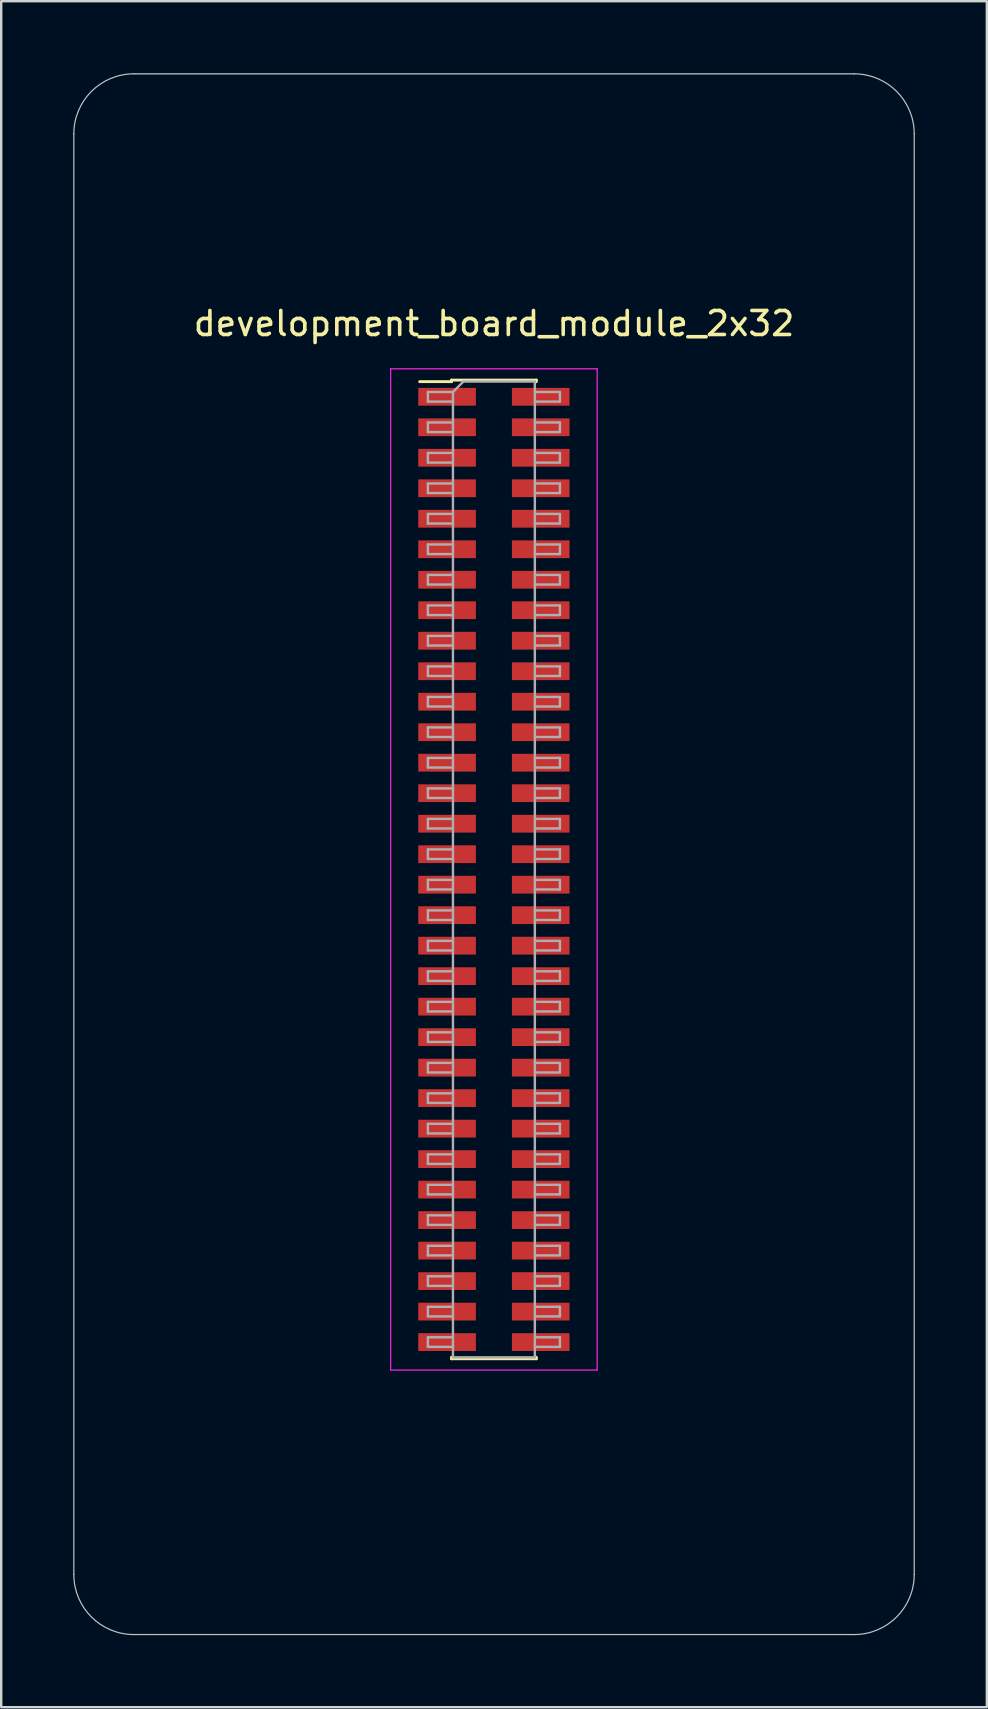
<source format=kicad_pcb>
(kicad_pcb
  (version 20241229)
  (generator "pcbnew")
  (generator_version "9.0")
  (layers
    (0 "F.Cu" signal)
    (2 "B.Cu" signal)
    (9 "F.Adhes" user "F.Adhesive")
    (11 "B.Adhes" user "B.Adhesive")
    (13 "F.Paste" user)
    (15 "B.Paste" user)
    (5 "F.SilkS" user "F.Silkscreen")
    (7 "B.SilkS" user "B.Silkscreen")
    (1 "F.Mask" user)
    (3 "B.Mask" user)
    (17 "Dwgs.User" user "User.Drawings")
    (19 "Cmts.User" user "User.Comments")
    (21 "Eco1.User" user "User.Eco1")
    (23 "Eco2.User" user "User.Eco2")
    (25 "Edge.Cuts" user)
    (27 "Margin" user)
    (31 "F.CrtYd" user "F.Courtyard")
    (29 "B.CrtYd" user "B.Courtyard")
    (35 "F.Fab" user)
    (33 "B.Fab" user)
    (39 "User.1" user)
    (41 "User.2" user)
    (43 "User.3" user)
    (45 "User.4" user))
  (footprint "development_board_module_2x32"
    (layer "F.Cu")
    (at 17.525 32.525)
    (property "Reference" "development_board_module_2x32" (at 0 -22.1 0) (layer "F.SilkS") (effects (font (size 1 1) (thickness 0.15))))
    (attr smd)
    (fp_line (start -3.095 -19.68) (end -1.77 -19.68) (stroke (width 0.12) (type solid)) (layer "F.SilkS"))
    (fp_line (start -1.77 -19.745) (end -1.77 -19.68) (stroke (width 0.12) (type solid)) (layer "F.SilkS"))
    (fp_line (start -1.77 -19.745) (end 1.76 -19.745) (stroke (width 0.12) (type solid)) (layer "F.SilkS"))
    (fp_line (start -1.77 20.95) (end -1.77 21.015) (stroke (width 0.12) (type solid)) (layer "F.SilkS"))
    (fp_line (start -1.77 21.015) (end 1.76 21.015) (stroke (width 0.12) (type solid)) (layer "F.SilkS"))
    (fp_line (start 1.76 -19.745) (end 1.76 -19.68) (stroke (width 0.12) (type solid)) (layer "F.SilkS"))
    (fp_line (start 1.76 20.95) (end 1.76 21.015) (stroke (width 0.12) (type solid)) (layer "F.SilkS"))
    (fp_line (start -17.5 30) (end -17.5 -30) (stroke (width 0.05) (type default)) (layer "Dwgs.User"))
    (fp_line (start -15 -32.5) (end 15 -32.5) (stroke (width 0.05) (type default)) (layer "Dwgs.User"))
    (fp_line (start 15 32.5) (end -15 32.5) (stroke (width 0.05) (type default)) (layer "Dwgs.User"))
    (fp_line (start 17.5 -30) (end 17.5 30) (stroke (width 0.05) (type default)) (layer "Dwgs.User"))
    (fp_arc (start -17.5 -30) (mid -16.767767 -31.767767) (end -15 -32.5) (stroke (width 0.05) (type default)) (layer "Dwgs.User"))
    (fp_arc (start -15 32.5) (mid -16.767767 31.767767) (end -17.5 30) (stroke (width 0.05) (type default)) (layer "Dwgs.User"))
    (fp_arc (start 15 -32.5) (mid 16.767767 -31.767767) (end 17.5 -30) (stroke (width 0.05) (type default)) (layer "Dwgs.User"))
    (fp_arc (start 17.5 30) (mid 16.767767 31.767767) (end 15 32.5) (stroke (width 0.05) (type default)) (layer "Dwgs.User"))
    (fp_line (start -4.305 -20.215) (end -4.305 21.485) (stroke (width 0.05) (type solid)) (layer "F.CrtYd"))
    (fp_line (start -4.305 21.485) (end 4.295 21.485) (stroke (width 0.05) (type solid)) (layer "F.CrtYd"))
    (fp_line (start 4.295 -20.215) (end -4.305 -20.215) (stroke (width 0.05) (type solid)) (layer "F.CrtYd"))
    (fp_line (start 4.295 21.485) (end 4.295 -20.215) (stroke (width 0.05) (type solid)) (layer "F.CrtYd"))
    (fp_line (start -2.755 -19.25) (end -2.755 -18.85) (stroke (width 0.1) (type solid)) (layer "F.Fab"))
    (fp_line (start -2.755 -18.85) (end -1.71 -18.85) (stroke (width 0.1) (type solid)) (layer "F.Fab"))
    (fp_line (start -2.755 -17.98) (end -2.755 -17.58) (stroke (width 0.1) (type solid)) (layer "F.Fab"))
    (fp_line (start -2.755 -17.58) (end -1.71 -17.58) (stroke (width 0.1) (type solid)) (layer "F.Fab"))
    (fp_line (start -2.755 -16.71) (end -2.755 -16.31) (stroke (width 0.1) (type solid)) (layer "F.Fab"))
    (fp_line (start -2.755 -16.31) (end -1.71 -16.31) (stroke (width 0.1) (type solid)) (layer "F.Fab"))
    (fp_line (start -2.755 -15.44) (end -2.755 -15.04) (stroke (width 0.1) (type solid)) (layer "F.Fab"))
    (fp_line (start -2.755 -15.04) (end -1.71 -15.04) (stroke (width 0.1) (type solid)) (layer "F.Fab"))
    (fp_line (start -2.755 -14.17) (end -2.755 -13.77) (stroke (width 0.1) (type solid)) (layer "F.Fab"))
    (fp_line (start -2.755 -13.77) (end -1.71 -13.77) (stroke (width 0.1) (type solid)) (layer "F.Fab"))
    (fp_line (start -2.755 -12.9) (end -2.755 -12.5) (stroke (width 0.1) (type solid)) (layer "F.Fab"))
    (fp_line (start -2.755 -12.5) (end -1.71 -12.5) (stroke (width 0.1) (type solid)) (layer "F.Fab"))
    (fp_line (start -2.755 -11.63) (end -2.755 -11.23) (stroke (width 0.1) (type solid)) (layer "F.Fab"))
    (fp_line (start -2.755 -11.23) (end -1.71 -11.23) (stroke (width 0.1) (type solid)) (layer "F.Fab"))
    (fp_line (start -2.755 -10.36) (end -2.755 -9.96) (stroke (width 0.1) (type solid)) (layer "F.Fab"))
    (fp_line (start -2.755 -9.96) (end -1.71 -9.96) (stroke (width 0.1) (type solid)) (layer "F.Fab"))
    (fp_line (start -2.755 -9.09) (end -2.755 -8.69) (stroke (width 0.1) (type solid)) (layer "F.Fab"))
    (fp_line (start -2.755 -8.69) (end -1.71 -8.69) (stroke (width 0.1) (type solid)) (layer "F.Fab"))
    (fp_line (start -2.755 -7.82) (end -2.755 -7.42) (stroke (width 0.1) (type solid)) (layer "F.Fab"))
    (fp_line (start -2.755 -7.42) (end -1.71 -7.42) (stroke (width 0.1) (type solid)) (layer "F.Fab"))
    (fp_line (start -2.755 -6.55) (end -2.755 -6.15) (stroke (width 0.1) (type solid)) (layer "F.Fab"))
    (fp_line (start -2.755 -6.15) (end -1.71 -6.15) (stroke (width 0.1) (type solid)) (layer "F.Fab"))
    (fp_line (start -2.755 -5.28) (end -2.755 -4.88) (stroke (width 0.1) (type solid)) (layer "F.Fab"))
    (fp_line (start -2.755 -4.88) (end -1.71 -4.88) (stroke (width 0.1) (type solid)) (layer "F.Fab"))
    (fp_line (start -2.755 -4.01) (end -2.755 -3.61) (stroke (width 0.1) (type solid)) (layer "F.Fab"))
    (fp_line (start -2.755 -3.61) (end -1.71 -3.61) (stroke (width 0.1) (type solid)) (layer "F.Fab"))
    (fp_line (start -2.755 -2.74) (end -2.755 -2.34) (stroke (width 0.1) (type solid)) (layer "F.Fab"))
    (fp_line (start -2.755 -2.34) (end -1.71 -2.34) (stroke (width 0.1) (type solid)) (layer "F.Fab"))
    (fp_line (start -2.755 -1.47) (end -2.755 -1.07) (stroke (width 0.1) (type solid)) (layer "F.Fab"))
    (fp_line (start -2.755 -1.07) (end -1.71 -1.07) (stroke (width 0.1) (type solid)) (layer "F.Fab"))
    (fp_line (start -2.755 -0.2) (end -2.755 0.2) (stroke (width 0.1) (type solid)) (layer "F.Fab"))
    (fp_line (start -2.755 0.2) (end -1.71 0.2) (stroke (width 0.1) (type solid)) (layer "F.Fab"))
    (fp_line (start -2.755 1.07) (end -2.755 1.47) (stroke (width 0.1) (type solid)) (layer "F.Fab"))
    (fp_line (start -2.755 1.47) (end -1.71 1.47) (stroke (width 0.1) (type solid)) (layer "F.Fab"))
    (fp_line (start -2.755 2.34) (end -2.755 2.74) (stroke (width 0.1) (type solid)) (layer "F.Fab"))
    (fp_line (start -2.755 2.74) (end -1.71 2.74) (stroke (width 0.1) (type solid)) (layer "F.Fab"))
    (fp_line (start -2.755 3.61) (end -2.755 4.01) (stroke (width 0.1) (type solid)) (layer "F.Fab"))
    (fp_line (start -2.755 4.01) (end -1.71 4.01) (stroke (width 0.1) (type solid)) (layer "F.Fab"))
    (fp_line (start -2.755 4.88) (end -2.755 5.28) (stroke (width 0.1) (type solid)) (layer "F.Fab"))
    (fp_line (start -2.755 5.28) (end -1.71 5.28) (stroke (width 0.1) (type solid)) (layer "F.Fab"))
    (fp_line (start -2.755 6.15) (end -2.755 6.55) (stroke (width 0.1) (type solid)) (layer "F.Fab"))
    (fp_line (start -2.755 6.55) (end -1.71 6.55) (stroke (width 0.1) (type solid)) (layer "F.Fab"))
    (fp_line (start -2.755 7.42) (end -2.755 7.82) (stroke (width 0.1) (type solid)) (layer "F.Fab"))
    (fp_line (start -2.755 7.82) (end -1.71 7.82) (stroke (width 0.1) (type solid)) (layer "F.Fab"))
    (fp_line (start -2.755 8.69) (end -2.755 9.09) (stroke (width 0.1) (type solid)) (layer "F.Fab"))
    (fp_line (start -2.755 9.09) (end -1.71 9.09) (stroke (width 0.1) (type solid)) (layer "F.Fab"))
    (fp_line (start -2.755 9.96) (end -2.755 10.36) (stroke (width 0.1) (type solid)) (layer "F.Fab"))
    (fp_line (start -2.755 10.36) (end -1.71 10.36) (stroke (width 0.1) (type solid)) (layer "F.Fab"))
    (fp_line (start -2.755 11.23) (end -2.755 11.63) (stroke (width 0.1) (type solid)) (layer "F.Fab"))
    (fp_line (start -2.755 11.63) (end -1.71 11.63) (stroke (width 0.1) (type solid)) (layer "F.Fab"))
    (fp_line (start -2.755 12.5) (end -2.755 12.9) (stroke (width 0.1) (type solid)) (layer "F.Fab"))
    (fp_line (start -2.755 12.9) (end -1.71 12.9) (stroke (width 0.1) (type solid)) (layer "F.Fab"))
    (fp_line (start -2.755 13.77) (end -2.755 14.17) (stroke (width 0.1) (type solid)) (layer "F.Fab"))
    (fp_line (start -2.755 14.17) (end -1.71 14.17) (stroke (width 0.1) (type solid)) (layer "F.Fab"))
    (fp_line (start -2.755 15.04) (end -2.755 15.44) (stroke (width 0.1) (type solid)) (layer "F.Fab"))
    (fp_line (start -2.755 15.44) (end -1.71 15.44) (stroke (width 0.1) (type solid)) (layer "F.Fab"))
    (fp_line (start -2.755 16.31) (end -2.755 16.71) (stroke (width 0.1) (type solid)) (layer "F.Fab"))
    (fp_line (start -2.755 16.71) (end -1.71 16.71) (stroke (width 0.1) (type solid)) (layer "F.Fab"))
    (fp_line (start -2.755 17.58) (end -2.755 17.98) (stroke (width 0.1) (type solid)) (layer "F.Fab"))
    (fp_line (start -2.755 17.98) (end -1.71 17.98) (stroke (width 0.1) (type solid)) (layer "F.Fab"))
    (fp_line (start -2.755 18.85) (end -2.755 19.25) (stroke (width 0.1) (type solid)) (layer "F.Fab"))
    (fp_line (start -2.755 19.25) (end -1.71 19.25) (stroke (width 0.1) (type solid)) (layer "F.Fab"))
    (fp_line (start -2.755 20.12) (end -2.755 20.52) (stroke (width 0.1) (type solid)) (layer "F.Fab"))
    (fp_line (start -2.755 20.52) (end -1.71 20.52) (stroke (width 0.1) (type solid)) (layer "F.Fab"))
    (fp_line (start -1.71 -19.25) (end -2.755 -19.25) (stroke (width 0.1) (type solid)) (layer "F.Fab"))
    (fp_line (start -1.71 -19.25) (end -1.275 -19.685) (stroke (width 0.1) (type solid)) (layer "F.Fab"))
    (fp_line (start -1.71 -17.98) (end -2.755 -17.98) (stroke (width 0.1) (type solid)) (layer "F.Fab"))
    (fp_line (start -1.71 -16.71) (end -2.755 -16.71) (stroke (width 0.1) (type solid)) (layer "F.Fab"))
    (fp_line (start -1.71 -15.44) (end -2.755 -15.44) (stroke (width 0.1) (type solid)) (layer "F.Fab"))
    (fp_line (start -1.71 -14.17) (end -2.755 -14.17) (stroke (width 0.1) (type solid)) (layer "F.Fab"))
    (fp_line (start -1.71 -12.9) (end -2.755 -12.9) (stroke (width 0.1) (type solid)) (layer "F.Fab"))
    (fp_line (start -1.71 -11.63) (end -2.755 -11.63) (stroke (width 0.1) (type solid)) (layer "F.Fab"))
    (fp_line (start -1.71 -10.36) (end -2.755 -10.36) (stroke (width 0.1) (type solid)) (layer "F.Fab"))
    (fp_line (start -1.71 -9.09) (end -2.755 -9.09) (stroke (width 0.1) (type solid)) (layer "F.Fab"))
    (fp_line (start -1.71 -7.82) (end -2.755 -7.82) (stroke (width 0.1) (type solid)) (layer "F.Fab"))
    (fp_line (start -1.71 -6.55) (end -2.755 -6.55) (stroke (width 0.1) (type solid)) (layer "F.Fab"))
    (fp_line (start -1.71 -5.28) (end -2.755 -5.28) (stroke (width 0.1) (type solid)) (layer "F.Fab"))
    (fp_line (start -1.71 -4.01) (end -2.755 -4.01) (stroke (width 0.1) (type solid)) (layer "F.Fab"))
    (fp_line (start -1.71 -2.74) (end -2.755 -2.74) (stroke (width 0.1) (type solid)) (layer "F.Fab"))
    (fp_line (start -1.71 -1.47) (end -2.755 -1.47) (stroke (width 0.1) (type solid)) (layer "F.Fab"))
    (fp_line (start -1.71 -0.2) (end -2.755 -0.2) (stroke (width 0.1) (type solid)) (layer "F.Fab"))
    (fp_line (start -1.71 1.07) (end -2.755 1.07) (stroke (width 0.1) (type solid)) (layer "F.Fab"))
    (fp_line (start -1.71 2.34) (end -2.755 2.34) (stroke (width 0.1) (type solid)) (layer "F.Fab"))
    (fp_line (start -1.71 3.61) (end -2.755 3.61) (stroke (width 0.1) (type solid)) (layer "F.Fab"))
    (fp_line (start -1.71 4.88) (end -2.755 4.88) (stroke (width 0.1) (type solid)) (layer "F.Fab"))
    (fp_line (start -1.71 6.15) (end -2.755 6.15) (stroke (width 0.1) (type solid)) (layer "F.Fab"))
    (fp_line (start -1.71 7.42) (end -2.755 7.42) (stroke (width 0.1) (type solid)) (layer "F.Fab"))
    (fp_line (start -1.71 8.69) (end -2.755 8.69) (stroke (width 0.1) (type solid)) (layer "F.Fab"))
    (fp_line (start -1.71 9.96) (end -2.755 9.96) (stroke (width 0.1) (type solid)) (layer "F.Fab"))
    (fp_line (start -1.71 11.23) (end -2.755 11.23) (stroke (width 0.1) (type solid)) (layer "F.Fab"))
    (fp_line (start -1.71 12.5) (end -2.755 12.5) (stroke (width 0.1) (type solid)) (layer "F.Fab"))
    (fp_line (start -1.71 13.77) (end -2.755 13.77) (stroke (width 0.1) (type solid)) (layer "F.Fab"))
    (fp_line (start -1.71 15.04) (end -2.755 15.04) (stroke (width 0.1) (type solid)) (layer "F.Fab"))
    (fp_line (start -1.71 16.31) (end -2.755 16.31) (stroke (width 0.1) (type solid)) (layer "F.Fab"))
    (fp_line (start -1.71 17.58) (end -2.755 17.58) (stroke (width 0.1) (type solid)) (layer "F.Fab"))
    (fp_line (start -1.71 18.85) (end -2.755 18.85) (stroke (width 0.1) (type solid)) (layer "F.Fab"))
    (fp_line (start -1.71 20.12) (end -2.755 20.12) (stroke (width 0.1) (type solid)) (layer "F.Fab"))
    (fp_line (start -1.71 20.955) (end -1.71 -19.25) (stroke (width 0.1) (type solid)) (layer "F.Fab"))
    (fp_line (start -1.275 -19.685) (end 1.7 -19.685) (stroke (width 0.1) (type solid)) (layer "F.Fab"))
    (fp_line (start 1.7 -19.685) (end 1.7 20.955) (stroke (width 0.1) (type solid)) (layer "F.Fab"))
    (fp_line (start 1.7 -19.25) (end 2.745 -19.25) (stroke (width 0.1) (type solid)) (layer "F.Fab"))
    (fp_line (start 1.7 -17.98) (end 2.745 -17.98) (stroke (width 0.1) (type solid)) (layer "F.Fab"))
    (fp_line (start 1.7 -16.71) (end 2.745 -16.71) (stroke (width 0.1) (type solid)) (layer "F.Fab"))
    (fp_line (start 1.7 -15.44) (end 2.745 -15.44) (stroke (width 0.1) (type solid)) (layer "F.Fab"))
    (fp_line (start 1.7 -14.17) (end 2.745 -14.17) (stroke (width 0.1) (type solid)) (layer "F.Fab"))
    (fp_line (start 1.7 -12.9) (end 2.745 -12.9) (stroke (width 0.1) (type solid)) (layer "F.Fab"))
    (fp_line (start 1.7 -11.63) (end 2.745 -11.63) (stroke (width 0.1) (type solid)) (layer "F.Fab"))
    (fp_line (start 1.7 -10.36) (end 2.745 -10.36) (stroke (width 0.1) (type solid)) (layer "F.Fab"))
    (fp_line (start 1.7 -9.09) (end 2.745 -9.09) (stroke (width 0.1) (type solid)) (layer "F.Fab"))
    (fp_line (start 1.7 -7.82) (end 2.745 -7.82) (stroke (width 0.1) (type solid)) (layer "F.Fab"))
    (fp_line (start 1.7 -6.55) (end 2.745 -6.55) (stroke (width 0.1) (type solid)) (layer "F.Fab"))
    (fp_line (start 1.7 -5.28) (end 2.745 -5.28) (stroke (width 0.1) (type solid)) (layer "F.Fab"))
    (fp_line (start 1.7 -4.01) (end 2.745 -4.01) (stroke (width 0.1) (type solid)) (layer "F.Fab"))
    (fp_line (start 1.7 -2.74) (end 2.745 -2.74) (stroke (width 0.1) (type solid)) (layer "F.Fab"))
    (fp_line (start 1.7 -1.47) (end 2.745 -1.47) (stroke (width 0.1) (type solid)) (layer "F.Fab"))
    (fp_line (start 1.7 -0.2) (end 2.745 -0.2) (stroke (width 0.1) (type solid)) (layer "F.Fab"))
    (fp_line (start 1.7 1.07) (end 2.745 1.07) (stroke (width 0.1) (type solid)) (layer "F.Fab"))
    (fp_line (start 1.7 2.34) (end 2.745 2.34) (stroke (width 0.1) (type solid)) (layer "F.Fab"))
    (fp_line (start 1.7 3.61) (end 2.745 3.61) (stroke (width 0.1) (type solid)) (layer "F.Fab"))
    (fp_line (start 1.7 4.88) (end 2.745 4.88) (stroke (width 0.1) (type solid)) (layer "F.Fab"))
    (fp_line (start 1.7 6.15) (end 2.745 6.15) (stroke (width 0.1) (type solid)) (layer "F.Fab"))
    (fp_line (start 1.7 7.42) (end 2.745 7.42) (stroke (width 0.1) (type solid)) (layer "F.Fab"))
    (fp_line (start 1.7 8.69) (end 2.745 8.69) (stroke (width 0.1) (type solid)) (layer "F.Fab"))
    (fp_line (start 1.7 9.96) (end 2.745 9.96) (stroke (width 0.1) (type solid)) (layer "F.Fab"))
    (fp_line (start 1.7 11.23) (end 2.745 11.23) (stroke (width 0.1) (type solid)) (layer "F.Fab"))
    (fp_line (start 1.7 12.5) (end 2.745 12.5) (stroke (width 0.1) (type solid)) (layer "F.Fab"))
    (fp_line (start 1.7 13.77) (end 2.745 13.77) (stroke (width 0.1) (type solid)) (layer "F.Fab"))
    (fp_line (start 1.7 15.04) (end 2.745 15.04) (stroke (width 0.1) (type solid)) (layer "F.Fab"))
    (fp_line (start 1.7 16.31) (end 2.745 16.31) (stroke (width 0.1) (type solid)) (layer "F.Fab"))
    (fp_line (start 1.7 17.58) (end 2.745 17.58) (stroke (width 0.1) (type solid)) (layer "F.Fab"))
    (fp_line (start 1.7 18.85) (end 2.745 18.85) (stroke (width 0.1) (type solid)) (layer "F.Fab"))
    (fp_line (start 1.7 20.12) (end 2.745 20.12) (stroke (width 0.1) (type solid)) (layer "F.Fab"))
    (fp_line (start 1.7 20.955) (end -1.71 20.955) (stroke (width 0.1) (type solid)) (layer "F.Fab"))
    (fp_line (start 2.745 -19.25) (end 2.745 -18.85) (stroke (width 0.1) (type solid)) (layer "F.Fab"))
    (fp_line (start 2.745 -18.85) (end 1.7 -18.85) (stroke (width 0.1) (type solid)) (layer "F.Fab"))
    (fp_line (start 2.745 -17.98) (end 2.745 -17.58) (stroke (width 0.1) (type solid)) (layer "F.Fab"))
    (fp_line (start 2.745 -17.58) (end 1.7 -17.58) (stroke (width 0.1) (type solid)) (layer "F.Fab"))
    (fp_line (start 2.745 -16.71) (end 2.745 -16.31) (stroke (width 0.1) (type solid)) (layer "F.Fab"))
    (fp_line (start 2.745 -16.31) (end 1.7 -16.31) (stroke (width 0.1) (type solid)) (layer "F.Fab"))
    (fp_line (start 2.745 -15.44) (end 2.745 -15.04) (stroke (width 0.1) (type solid)) (layer "F.Fab"))
    (fp_line (start 2.745 -15.04) (end 1.7 -15.04) (stroke (width 0.1) (type solid)) (layer "F.Fab"))
    (fp_line (start 2.745 -14.17) (end 2.745 -13.77) (stroke (width 0.1) (type solid)) (layer "F.Fab"))
    (fp_line (start 2.745 -13.77) (end 1.7 -13.77) (stroke (width 0.1) (type solid)) (layer "F.Fab"))
    (fp_line (start 2.745 -12.9) (end 2.745 -12.5) (stroke (width 0.1) (type solid)) (layer "F.Fab"))
    (fp_line (start 2.745 -12.5) (end 1.7 -12.5) (stroke (width 0.1) (type solid)) (layer "F.Fab"))
    (fp_line (start 2.745 -11.63) (end 2.745 -11.23) (stroke (width 0.1) (type solid)) (layer "F.Fab"))
    (fp_line (start 2.745 -11.23) (end 1.7 -11.23) (stroke (width 0.1) (type solid)) (layer "F.Fab"))
    (fp_line (start 2.745 -10.36) (end 2.745 -9.96) (stroke (width 0.1) (type solid)) (layer "F.Fab"))
    (fp_line (start 2.745 -9.96) (end 1.7 -9.96) (stroke (width 0.1) (type solid)) (layer "F.Fab"))
    (fp_line (start 2.745 -9.09) (end 2.745 -8.69) (stroke (width 0.1) (type solid)) (layer "F.Fab"))
    (fp_line (start 2.745 -8.69) (end 1.7 -8.69) (stroke (width 0.1) (type solid)) (layer "F.Fab"))
    (fp_line (start 2.745 -7.82) (end 2.745 -7.42) (stroke (width 0.1) (type solid)) (layer "F.Fab"))
    (fp_line (start 2.745 -7.42) (end 1.7 -7.42) (stroke (width 0.1) (type solid)) (layer "F.Fab"))
    (fp_line (start 2.745 -6.55) (end 2.745 -6.15) (stroke (width 0.1) (type solid)) (layer "F.Fab"))
    (fp_line (start 2.745 -6.15) (end 1.7 -6.15) (stroke (width 0.1) (type solid)) (layer "F.Fab"))
    (fp_line (start 2.745 -5.28) (end 2.745 -4.88) (stroke (width 0.1) (type solid)) (layer "F.Fab"))
    (fp_line (start 2.745 -4.88) (end 1.7 -4.88) (stroke (width 0.1) (type solid)) (layer "F.Fab"))
    (fp_line (start 2.745 -4.01) (end 2.745 -3.61) (stroke (width 0.1) (type solid)) (layer "F.Fab"))
    (fp_line (start 2.745 -3.61) (end 1.7 -3.61) (stroke (width 0.1) (type solid)) (layer "F.Fab"))
    (fp_line (start 2.745 -2.74) (end 2.745 -2.34) (stroke (width 0.1) (type solid)) (layer "F.Fab"))
    (fp_line (start 2.745 -2.34) (end 1.7 -2.34) (stroke (width 0.1) (type solid)) (layer "F.Fab"))
    (fp_line (start 2.745 -1.47) (end 2.745 -1.07) (stroke (width 0.1) (type solid)) (layer "F.Fab"))
    (fp_line (start 2.745 -1.07) (end 1.7 -1.07) (stroke (width 0.1) (type solid)) (layer "F.Fab"))
    (fp_line (start 2.745 -0.2) (end 2.745 0.2) (stroke (width 0.1) (type solid)) (layer "F.Fab"))
    (fp_line (start 2.745 0.2) (end 1.7 0.2) (stroke (width 0.1) (type solid)) (layer "F.Fab"))
    (fp_line (start 2.745 1.07) (end 2.745 1.47) (stroke (width 0.1) (type solid)) (layer "F.Fab"))
    (fp_line (start 2.745 1.47) (end 1.7 1.47) (stroke (width 0.1) (type solid)) (layer "F.Fab"))
    (fp_line (start 2.745 2.34) (end 2.745 2.74) (stroke (width 0.1) (type solid)) (layer "F.Fab"))
    (fp_line (start 2.745 2.74) (end 1.7 2.74) (stroke (width 0.1) (type solid)) (layer "F.Fab"))
    (fp_line (start 2.745 3.61) (end 2.745 4.01) (stroke (width 0.1) (type solid)) (layer "F.Fab"))
    (fp_line (start 2.745 4.01) (end 1.7 4.01) (stroke (width 0.1) (type solid)) (layer "F.Fab"))
    (fp_line (start 2.745 4.88) (end 2.745 5.28) (stroke (width 0.1) (type solid)) (layer "F.Fab"))
    (fp_line (start 2.745 5.28) (end 1.7 5.28) (stroke (width 0.1) (type solid)) (layer "F.Fab"))
    (fp_line (start 2.745 6.15) (end 2.745 6.55) (stroke (width 0.1) (type solid)) (layer "F.Fab"))
    (fp_line (start 2.745 6.55) (end 1.7 6.55) (stroke (width 0.1) (type solid)) (layer "F.Fab"))
    (fp_line (start 2.745 7.42) (end 2.745 7.82) (stroke (width 0.1) (type solid)) (layer "F.Fab"))
    (fp_line (start 2.745 7.82) (end 1.7 7.82) (stroke (width 0.1) (type solid)) (layer "F.Fab"))
    (fp_line (start 2.745 8.69) (end 2.745 9.09) (stroke (width 0.1) (type solid)) (layer "F.Fab"))
    (fp_line (start 2.745 9.09) (end 1.7 9.09) (stroke (width 0.1) (type solid)) (layer "F.Fab"))
    (fp_line (start 2.745 9.96) (end 2.745 10.36) (stroke (width 0.1) (type solid)) (layer "F.Fab"))
    (fp_line (start 2.745 10.36) (end 1.7 10.36) (stroke (width 0.1) (type solid)) (layer "F.Fab"))
    (fp_line (start 2.745 11.23) (end 2.745 11.63) (stroke (width 0.1) (type solid)) (layer "F.Fab"))
    (fp_line (start 2.745 11.63) (end 1.7 11.63) (stroke (width 0.1) (type solid)) (layer "F.Fab"))
    (fp_line (start 2.745 12.5) (end 2.745 12.9) (stroke (width 0.1) (type solid)) (layer "F.Fab"))
    (fp_line (start 2.745 12.9) (end 1.7 12.9) (stroke (width 0.1) (type solid)) (layer "F.Fab"))
    (fp_line (start 2.745 13.77) (end 2.745 14.17) (stroke (width 0.1) (type solid)) (layer "F.Fab"))
    (fp_line (start 2.745 14.17) (end 1.7 14.17) (stroke (width 0.1) (type solid)) (layer "F.Fab"))
    (fp_line (start 2.745 15.04) (end 2.745 15.44) (stroke (width 0.1) (type solid)) (layer "F.Fab"))
    (fp_line (start 2.745 15.44) (end 1.7 15.44) (stroke (width 0.1) (type solid)) (layer "F.Fab"))
    (fp_line (start 2.745 16.31) (end 2.745 16.71) (stroke (width 0.1) (type solid)) (layer "F.Fab"))
    (fp_line (start 2.745 16.71) (end 1.7 16.71) (stroke (width 0.1) (type solid)) (layer "F.Fab"))
    (fp_line (start 2.745 17.58) (end 2.745 17.98) (stroke (width 0.1) (type solid)) (layer "F.Fab"))
    (fp_line (start 2.745 17.98) (end 1.7 17.98) (stroke (width 0.1) (type solid)) (layer "F.Fab"))
    (fp_line (start 2.745 18.85) (end 2.745 19.25) (stroke (width 0.1) (type solid)) (layer "F.Fab"))
    (fp_line (start 2.745 19.25) (end 1.7 19.25) (stroke (width 0.1) (type solid)) (layer "F.Fab"))
    (fp_line (start 2.745 20.12) (end 2.745 20.52) (stroke (width 0.1) (type solid)) (layer "F.Fab"))
    (fp_line (start 2.745 20.52) (end 1.7 20.52) (stroke (width 0.1) (type solid)) (layer "F.Fab"))
    (pad "1" smd rect (at -1.955 -19.05) (size 2.4 0.74) (layers "F.Cu" "F.Mask" "F.Paste"))
    (pad "2" smd rect (at 1.945 -19.05) (size 2.4 0.74) (layers "F.Cu" "F.Mask" "F.Paste"))
    (pad "3" smd rect (at -1.955 -17.78) (size 2.4 0.74) (layers "F.Cu" "F.Mask" "F.Paste"))
    (pad "4" smd rect (at 1.945 -17.78) (size 2.4 0.74) (layers "F.Cu" "F.Mask" "F.Paste"))
    (pad "5" smd rect (at -1.955 -16.51) (size 2.4 0.74) (layers "F.Cu" "F.Mask" "F.Paste"))
    (pad "6" smd rect (at 1.945 -16.51) (size 2.4 0.74) (layers "F.Cu" "F.Mask" "F.Paste"))
    (pad "7" smd rect (at -1.955 -15.24) (size 2.4 0.74) (layers "F.Cu" "F.Mask" "F.Paste"))
    (pad "8" smd rect (at 1.945 -15.24) (size 2.4 0.74) (layers "F.Cu" "F.Mask" "F.Paste"))
    (pad "9" smd rect (at -1.955 -13.97) (size 2.4 0.74) (layers "F.Cu" "F.Mask" "F.Paste"))
    (pad "10" smd rect (at 1.945 -13.97) (size 2.4 0.74) (layers "F.Cu" "F.Mask" "F.Paste"))
    (pad "11" smd rect (at -1.955 -12.7) (size 2.4 0.74) (layers "F.Cu" "F.Mask" "F.Paste"))
    (pad "12" smd rect (at 1.945 -12.7) (size 2.4 0.74) (layers "F.Cu" "F.Mask" "F.Paste"))
    (pad "13" smd rect (at -1.955 -11.43) (size 2.4 0.74) (layers "F.Cu" "F.Mask" "F.Paste"))
    (pad "14" smd rect (at 1.945 -11.43) (size 2.4 0.74) (layers "F.Cu" "F.Mask" "F.Paste"))
    (pad "15" smd rect (at -1.955 -10.16) (size 2.4 0.74) (layers "F.Cu" "F.Mask" "F.Paste"))
    (pad "16" smd rect (at 1.945 -10.16) (size 2.4 0.74) (layers "F.Cu" "F.Mask" "F.Paste"))
    (pad "17" smd rect (at -1.955 -8.89) (size 2.4 0.74) (layers "F.Cu" "F.Mask" "F.Paste"))
    (pad "18" smd rect (at 1.945 -8.89) (size 2.4 0.74) (layers "F.Cu" "F.Mask" "F.Paste"))
    (pad "19" smd rect (at -1.955 -7.62) (size 2.4 0.74) (layers "F.Cu" "F.Mask" "F.Paste"))
    (pad "20" smd rect (at 1.945 -7.62) (size 2.4 0.74) (layers "F.Cu" "F.Mask" "F.Paste"))
    (pad "21" smd rect (at -1.955 -6.35) (size 2.4 0.74) (layers "F.Cu" "F.Mask" "F.Paste"))
    (pad "22" smd rect (at 1.945 -6.35) (size 2.4 0.74) (layers "F.Cu" "F.Mask" "F.Paste"))
    (pad "23" smd rect (at -1.955 -5.08) (size 2.4 0.74) (layers "F.Cu" "F.Mask" "F.Paste"))
    (pad "24" smd rect (at 1.945 -5.08) (size 2.4 0.74) (layers "F.Cu" "F.Mask" "F.Paste"))
    (pad "25" smd rect (at -1.955 -3.81) (size 2.4 0.74) (layers "F.Cu" "F.Mask" "F.Paste"))
    (pad "26" smd rect (at 1.945 -3.81) (size 2.4 0.74) (layers "F.Cu" "F.Mask" "F.Paste"))
    (pad "27" smd rect (at -1.955 -2.54) (size 2.4 0.74) (layers "F.Cu" "F.Mask" "F.Paste"))
    (pad "28" smd rect (at 1.945 -2.54) (size 2.4 0.74) (layers "F.Cu" "F.Mask" "F.Paste"))
    (pad "29" smd rect (at -1.955 -1.27) (size 2.4 0.74) (layers "F.Cu" "F.Mask" "F.Paste"))
    (pad "30" smd rect (at 1.945 -1.27) (size 2.4 0.74) (layers "F.Cu" "F.Mask" "F.Paste"))
    (pad "31" smd rect (at -1.955 0) (size 2.4 0.74) (layers "F.Cu" "F.Mask" "F.Paste"))
    (pad "32" smd rect (at 1.945 0) (size 2.4 0.74) (layers "F.Cu" "F.Mask" "F.Paste"))
    (pad "33" smd rect (at -1.955 1.27) (size 2.4 0.74) (layers "F.Cu" "F.Mask" "F.Paste"))
    (pad "34" smd rect (at 1.945 1.27) (size 2.4 0.74) (layers "F.Cu" "F.Mask" "F.Paste"))
    (pad "35" smd rect (at -1.955 2.54) (size 2.4 0.74) (layers "F.Cu" "F.Mask" "F.Paste"))
    (pad "36" smd rect (at 1.945 2.54) (size 2.4 0.74) (layers "F.Cu" "F.Mask" "F.Paste"))
    (pad "37" smd rect (at -1.955 3.81) (size 2.4 0.74) (layers "F.Cu" "F.Mask" "F.Paste"))
    (pad "38" smd rect (at 1.945 3.81) (size 2.4 0.74) (layers "F.Cu" "F.Mask" "F.Paste"))
    (pad "39" smd rect (at -1.955 5.08) (size 2.4 0.74) (layers "F.Cu" "F.Mask" "F.Paste"))
    (pad "40" smd rect (at 1.945 5.08) (size 2.4 0.74) (layers "F.Cu" "F.Mask" "F.Paste"))
    (pad "41" smd rect (at -1.955 6.35) (size 2.4 0.74) (layers "F.Cu" "F.Mask" "F.Paste"))
    (pad "42" smd rect (at 1.945 6.35) (size 2.4 0.74) (layers "F.Cu" "F.Mask" "F.Paste"))
    (pad "43" smd rect (at -1.955 7.62) (size 2.4 0.74) (layers "F.Cu" "F.Mask" "F.Paste"))
    (pad "44" smd rect (at 1.945 7.62) (size 2.4 0.74) (layers "F.Cu" "F.Mask" "F.Paste"))
    (pad "45" smd rect (at -1.955 8.89) (size 2.4 0.74) (layers "F.Cu" "F.Mask" "F.Paste"))
    (pad "46" smd rect (at 1.945 8.89) (size 2.4 0.74) (layers "F.Cu" "F.Mask" "F.Paste"))
    (pad "47" smd rect (at -1.955 10.16) (size 2.4 0.74) (layers "F.Cu" "F.Mask" "F.Paste"))
    (pad "48" smd rect (at 1.945 10.16) (size 2.4 0.74) (layers "F.Cu" "F.Mask" "F.Paste"))
    (pad "49" smd rect (at -1.955 11.43) (size 2.4 0.74) (layers "F.Cu" "F.Mask" "F.Paste"))
    (pad "50" smd rect (at 1.945 11.43) (size 2.4 0.74) (layers "F.Cu" "F.Mask" "F.Paste"))
    (pad "51" smd rect (at -1.955 12.7) (size 2.4 0.74) (layers "F.Cu" "F.Mask" "F.Paste"))
    (pad "52" smd rect (at 1.945 12.7) (size 2.4 0.74) (layers "F.Cu" "F.Mask" "F.Paste"))
    (pad "53" smd rect (at -1.955 13.97) (size 2.4 0.74) (layers "F.Cu" "F.Mask" "F.Paste"))
    (pad "54" smd rect (at 1.945 13.97) (size 2.4 0.74) (layers "F.Cu" "F.Mask" "F.Paste"))
    (pad "55" smd rect (at -1.955 15.24) (size 2.4 0.74) (layers "F.Cu" "F.Mask" "F.Paste"))
    (pad "56" smd rect (at 1.945 15.24) (size 2.4 0.74) (layers "F.Cu" "F.Mask" "F.Paste"))
    (pad "57" smd rect (at -1.955 16.51) (size 2.4 0.74) (layers "F.Cu" "F.Mask" "F.Paste"))
    (pad "58" smd rect (at 1.945 16.51) (size 2.4 0.74) (layers "F.Cu" "F.Mask" "F.Paste"))
    (pad "59" smd rect (at -1.955 17.78) (size 2.4 0.74) (layers "F.Cu" "F.Mask" "F.Paste"))
    (pad "60" smd rect (at 1.945 17.78) (size 2.4 0.74) (layers "F.Cu" "F.Mask" "F.Paste"))
    (pad "61" smd rect (at -1.955 19.05) (size 2.4 0.74) (layers "F.Cu" "F.Mask" "F.Paste"))
    (pad "62" smd rect (at 1.945 19.05) (size 2.4 0.74) (layers "F.Cu" "F.Mask" "F.Paste"))
    (pad "63" smd rect (at -1.955 20.32) (size 2.4 0.74) (layers "F.Cu" "F.Mask" "F.Paste"))
    (pad "64" smd rect (at 1.945 20.32) (size 2.4 0.74) (layers "F.Cu" "F.Mask" "F.Paste")))
  (gr_rect
    (start -3 -3)
    (end 38.05 68.05)
    (stroke (width 0.1) (type default))
    (fill no)
    (layer "Edge.Cuts")))
</source>
